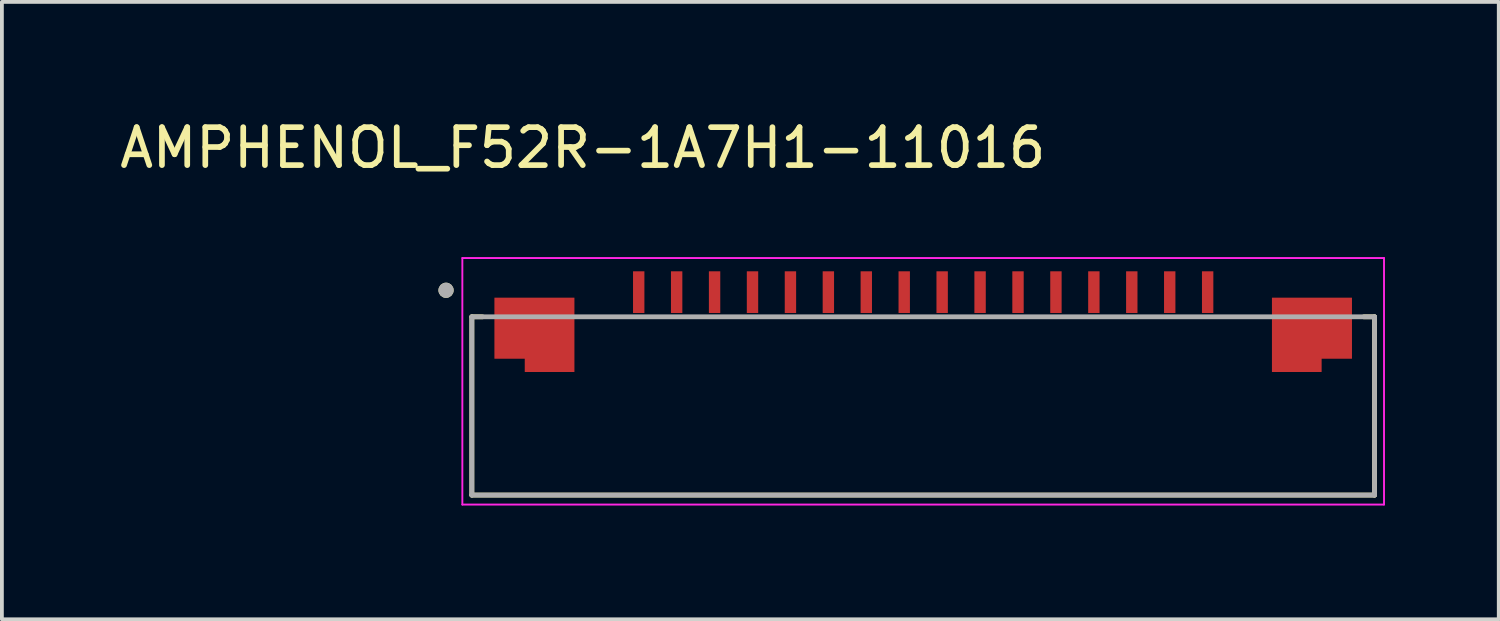
<source format=kicad_pcb>
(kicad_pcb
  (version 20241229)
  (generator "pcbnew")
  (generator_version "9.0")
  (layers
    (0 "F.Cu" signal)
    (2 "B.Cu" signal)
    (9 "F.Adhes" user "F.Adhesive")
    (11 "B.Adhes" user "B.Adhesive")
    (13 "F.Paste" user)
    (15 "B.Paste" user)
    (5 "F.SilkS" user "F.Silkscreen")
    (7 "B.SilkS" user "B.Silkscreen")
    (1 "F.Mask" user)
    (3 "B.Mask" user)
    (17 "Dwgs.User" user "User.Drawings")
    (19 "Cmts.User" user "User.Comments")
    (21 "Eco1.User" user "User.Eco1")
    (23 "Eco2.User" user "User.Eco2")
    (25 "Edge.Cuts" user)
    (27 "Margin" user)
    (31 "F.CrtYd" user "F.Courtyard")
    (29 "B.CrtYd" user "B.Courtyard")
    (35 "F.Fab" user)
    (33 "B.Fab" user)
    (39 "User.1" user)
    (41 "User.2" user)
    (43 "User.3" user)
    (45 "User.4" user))
  (footprint "AMPHENOL_F52R-1A7H1-11016"
    (layer "F.Cu")
    (at 21.29 7.653)
    (property "Reference" "AMPHENOL_F52R-1A7H1-11016" (at -8.975 -6.805 0) (layer "F.SilkS") (effects (font (size 1 1) (thickness 0.15))))
    (attr smd)
    (fp_poly (pts (xy -11.4 -2.95) (xy -11.4 -1.15) (xy -10.6 -1.15) (xy -10.6 -0.8) (xy -9.1 -0.8) (xy -9.1 -2.95)) (stroke (width 0.01) (type solid)) (fill yes) (layer "F.Mask"))
    (fp_poly (pts (xy 10.6 -0.8) (xy 9.1 -0.8) (xy 9.1 -2.95) (xy 11.4 -2.95) (xy 11.4 -1.15) (xy 10.6 -1.15)) (stroke (width 0.01) (type solid)) (fill yes) (layer "F.Mask"))
    (fp_line (start -11.9 -2.35) (end -11.62 -2.35) (stroke (width 0.127) (type solid)) (layer "F.SilkS"))
    (fp_line (start -11.9 2.35) (end -11.9 -2.35) (stroke (width 0.127) (type solid)) (layer "F.SilkS"))
    (fp_line (start 11.62 -2.35) (end 11.9 -2.35) (stroke (width 0.127) (type solid)) (layer "F.SilkS"))
    (fp_line (start 11.9 -2.35) (end 11.9 2.35) (stroke (width 0.127) (type solid)) (layer "F.SilkS"))
    (fp_line (start 11.9 2.35) (end -11.9 2.35) (stroke (width 0.127) (type solid)) (layer "F.SilkS"))
    (fp_circle (center -12.58 -3.05) (end -12.48 -3.05) (stroke (width 0.2) (type solid)) (fill no) (layer "F.SilkS"))
    (fp_poly (pts (xy -11.3 -2.85) (xy -11.3 -1.25) (xy -10.5 -1.25) (xy -10.5 -0.9) (xy -9.2 -0.9) (xy -9.2 -2.85)) (stroke (width 0.01) (type solid)) (fill yes) (layer "F.Paste"))
    (fp_poly (pts (xy 10.5 -0.9) (xy 9.2 -0.9) (xy 9.2 -2.85) (xy 11.3 -2.85) (xy 11.3 -1.25) (xy 10.5 -1.25)) (stroke (width 0.01) (type solid)) (fill yes) (layer "F.Paste"))
    (fp_line (start -12.15 -3.9) (end -12.15 2.6) (stroke (width 0.05) (type solid)) (layer "F.CrtYd"))
    (fp_line (start -12.15 2.6) (end 12.15 2.6) (stroke (width 0.05) (type solid)) (layer "F.CrtYd"))
    (fp_line (start 12.15 -3.9) (end -12.15 -3.9) (stroke (width 0.05) (type solid)) (layer "F.CrtYd"))
    (fp_line (start 12.15 2.6) (end 12.15 -3.9) (stroke (width 0.05) (type solid)) (layer "F.CrtYd"))
    (fp_line (start -11.9 -2.35) (end 11.9 -2.35) (stroke (width 0.127) (type solid)) (layer "F.Fab"))
    (fp_line (start -11.9 2.35) (end -11.9 -2.35) (stroke (width 0.127) (type solid)) (layer "F.Fab"))
    (fp_line (start 11.9 -2.35) (end 11.9 2.35) (stroke (width 0.127) (type solid)) (layer "F.Fab"))
    (fp_line (start 11.9 2.35) (end -11.9 2.35) (stroke (width 0.127) (type solid)) (layer "F.Fab"))
    (fp_circle (center -12.58 -3.05) (end -12.48 -3.05) (stroke (width 0.2) (type solid)) (fill no) (layer "F.Fab"))
    (pad "1" smd rect (at -7.5 -3) (size 0.3 1.1) (layers "F.Cu" "F.Mask" "F.Paste"))
    (pad "2" smd rect (at -6.5 -3) (size 0.3 1.1) (layers "F.Cu" "F.Mask" "F.Paste"))
    (pad "3" smd rect (at -5.5 -3) (size 0.3 1.1) (layers "F.Cu" "F.Mask" "F.Paste"))
    (pad "4" smd rect (at -4.5 -3) (size 0.3 1.1) (layers "F.Cu" "F.Mask" "F.Paste"))
    (pad "5" smd rect (at -3.5 -3) (size 0.3 1.1) (layers "F.Cu" "F.Mask" "F.Paste"))
    (pad "6" smd rect (at -2.5 -3) (size 0.3 1.1) (layers "F.Cu" "F.Mask" "F.Paste"))
    (pad "7" smd rect (at -1.5 -3) (size 0.3 1.1) (layers "F.Cu" "F.Mask" "F.Paste"))
    (pad "8" smd rect (at -0.5 -3) (size 0.3 1.1) (layers "F.Cu" "F.Mask" "F.Paste"))
    (pad "9" smd rect (at 0.5 -3) (size 0.3 1.1) (layers "F.Cu" "F.Mask" "F.Paste"))
    (pad "10" smd rect (at 1.5 -3) (size 0.3 1.1) (layers "F.Cu" "F.Mask" "F.Paste"))
    (pad "11" smd rect (at 2.5 -3) (size 0.3 1.1) (layers "F.Cu" "F.Mask" "F.Paste"))
    (pad "12" smd rect (at 3.5 -3) (size 0.3 1.1) (layers "F.Cu" "F.Mask" "F.Paste"))
    (pad "13" smd rect (at 4.5 -3) (size 0.3 1.1) (layers "F.Cu" "F.Mask" "F.Paste"))
    (pad "14" smd rect (at 5.5 -3) (size 0.3 1.1) (layers "F.Cu" "F.Mask" "F.Paste"))
    (pad "15" smd rect (at 6.5 -3) (size 0.3 1.1) (layers "F.Cu" "F.Mask" "F.Paste"))
    (pad "16" smd rect (at 7.5 -3) (size 0.3 1.1) (layers "F.Cu" "F.Mask" "F.Paste"))
    (pad "S1" smd custom (at -10.25 -1.875) (size 0.6 0.6) (layers "F.Cu") (options (anchor rect)) (primitives (gr_poly (pts (xy -1.05 -0.975) (xy -1.05 0.625) (xy -0.25 0.625) (xy -0.25 0.975) (xy 1.05 0.975) (xy 1.05 -0.975)) (width 0.01) (fill yes))))
    (pad "S2" smd custom (at 10.25 -1.875) (size 0.6 0.6) (layers "F.Cu") (options (anchor rect)) (primitives (gr_poly (pts (xy 0.25 0.975) (xy -1.05 0.975) (xy -1.05 -0.975) (xy 1.05 -0.975) (xy 1.05 0.625) (xy 0.25 0.625)) (width 0.01) (fill yes)))))
  (gr_rect
    (start -3 -3)
    (end 36.465 13.278)
    (stroke (width 0.1) (type default))
    (fill no)
    (layer "Edge.Cuts")))
</source>
